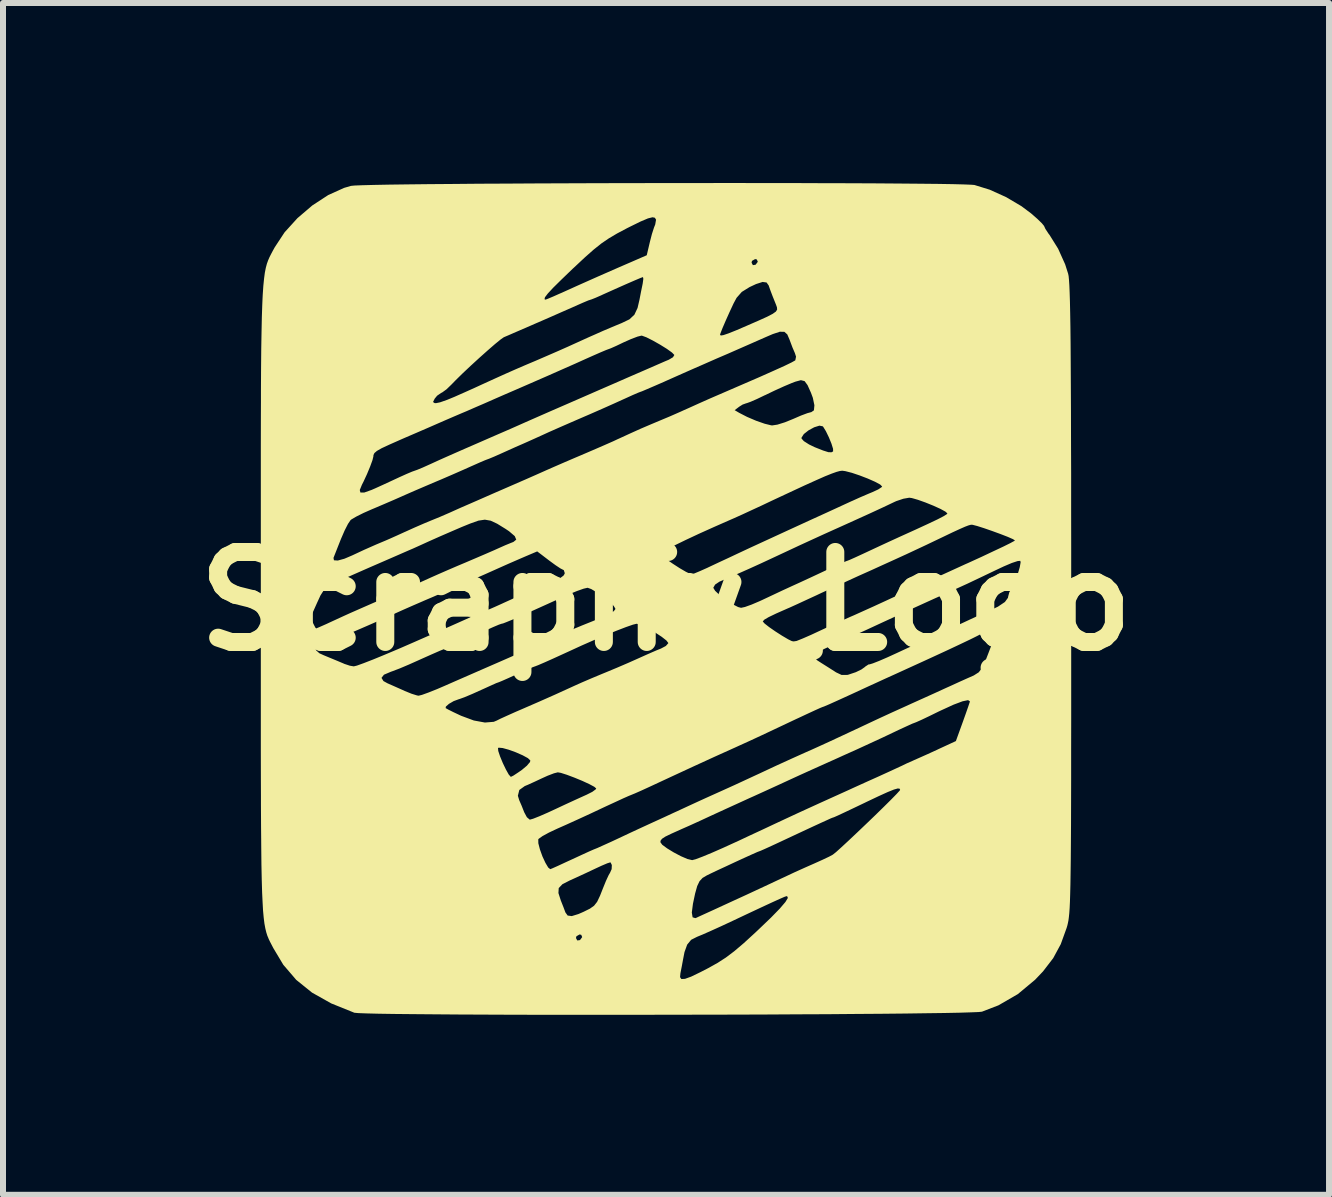
<source format=kicad_pcb>
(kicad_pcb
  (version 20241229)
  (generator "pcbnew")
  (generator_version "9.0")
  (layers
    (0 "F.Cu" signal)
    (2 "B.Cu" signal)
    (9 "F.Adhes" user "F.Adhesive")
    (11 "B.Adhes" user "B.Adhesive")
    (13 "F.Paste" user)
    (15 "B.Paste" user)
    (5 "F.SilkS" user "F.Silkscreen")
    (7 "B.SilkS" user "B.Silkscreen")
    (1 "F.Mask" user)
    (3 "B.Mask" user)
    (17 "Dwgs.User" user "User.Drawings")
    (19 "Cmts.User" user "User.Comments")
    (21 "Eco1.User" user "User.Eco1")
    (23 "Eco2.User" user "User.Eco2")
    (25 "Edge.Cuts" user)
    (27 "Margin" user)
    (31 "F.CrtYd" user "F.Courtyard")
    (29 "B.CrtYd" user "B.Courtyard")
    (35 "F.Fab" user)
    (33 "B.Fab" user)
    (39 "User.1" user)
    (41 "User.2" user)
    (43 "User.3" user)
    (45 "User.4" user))
  (footprint "Scrapify_Logo"
    (layer "F.Cu")
    (at 8.05 6.971)
    (property "Reference" "Scrapify_Logo" (at 0 0 0) (layer "F.SilkS") (effects (font (size 1.5 1.5) (thickness 0.3))))
    (attr board_only exclude_from_pos_files exclude_from_bom)
    (fp_poly (pts (xy 1.592 -6.97) (xy 2.105 -6.97) (xy 2.596 -6.968) (xy 3.059 -6.967) (xy 3.49 -6.965) (xy 3.883 -6.962) (xy 4.233 -6.959) (xy 4.534 -6.956) (xy 4.781 -6.952) (xy 4.968 -6.947) (xy 5.091 -6.942) (xy 5.14 -6.938) (xy 5.396 -6.859) (xy 5.668 -6.736) (xy 5.925 -6.584) (xy 6.085 -6.464) (xy 6.189 -6.373) (xy 6.265 -6.299) (xy 6.3 -6.256) (xy 6.301 -6.254) (xy 6.323 -6.206) (xy 6.375 -6.127) (xy 6.393 -6.104) (xy 6.535 -5.876) (xy 6.652 -5.616) (xy 6.702 -5.459) (xy 6.71 -5.42) (xy 6.716 -5.357) (xy 6.722 -5.267) (xy 6.727 -5.147) (xy 6.732 -4.992) (xy 6.736 -4.8) (xy 6.74 -4.568) (xy 6.743 -4.291) (xy 6.745 -3.967) (xy 6.747 -3.592) (xy 6.749 -3.162) (xy 6.75 -2.675) (xy 6.752 -2.126) (xy 6.752 -1.513) (xy 6.753 -0.832) (xy 6.753 -0.079) (xy 6.753 -0.042) (xy 6.753 0.689) (xy 6.753 1.349) (xy 6.753 1.941) (xy 6.752 2.47) (xy 6.752 2.939) (xy 6.751 3.353) (xy 6.75 3.714) (xy 6.748 4.028) (xy 6.746 4.297) (xy 6.743 4.526) (xy 6.74 4.718) (xy 6.736 4.878) (xy 6.732 5.008) (xy 6.727 5.114) (xy 6.721 5.199) (xy 6.714 5.266) (xy 6.707 5.32) (xy 6.698 5.364) (xy 6.689 5.403) (xy 6.678 5.44) (xy 6.678 5.441) (xy 6.579 5.715) (xy 6.453 5.948) (xy 6.284 6.168) (xy 6.151 6.308) (xy 5.864 6.547) (xy 5.541 6.734) (xy 5.266 6.84) (xy 5.209 6.846) (xy 5.082 6.851) (xy 4.891 6.857) (xy 4.641 6.862) (xy 4.338 6.866) (xy 3.986 6.871) (xy 3.592 6.875) (xy 3.16 6.878) (xy 2.695 6.882) (xy 2.204 6.884) (xy 1.691 6.887) (xy 1.161 6.889) (xy 0.621 6.89) (xy 0.075 6.891) (xy -0.472 6.892) (xy -1.013 6.892) (xy -1.545 6.892) (xy -2.06 6.892) (xy -2.555 6.891) (xy -3.024 6.889) (xy -3.461 6.887) (xy -3.861 6.884) (xy -4.219 6.881) (xy -4.53 6.878) (xy -4.788 6.874) (xy -4.988 6.869) (xy -5.124 6.864) (xy -5.192 6.858) (xy -5.196 6.857) (xy -5.58 6.702) (xy -5.9 6.522) (xy -6.163 6.31) (xy -6.202 6.264) (xy 0.234 6.264) (xy 0.256 6.296) (xy 0.316 6.293) (xy 0.419 6.256) (xy 0.574 6.181) (xy 0.702 6.115) (xy 0.856 6.029) (xy 0.996 5.939) (xy 1.138 5.832) (xy 1.297 5.697) (xy 1.488 5.522) (xy 1.542 5.471) (xy 1.748 5.274) (xy 1.897 5.121) (xy 1.99 5.012) (xy 2.031 4.944) (xy 2.019 4.916) (xy 2.008 4.915) (xy 1.977 4.925) (xy 1.901 4.958) (xy 1.775 5.015) (xy 1.596 5.098) (xy 1.357 5.21) (xy 1.107 5.328) (xy 0.925 5.413) (xy 0.755 5.49) (xy 0.615 5.552) (xy 0.523 5.59) (xy 0.518 5.592) (xy 0.419 5.642) (xy 0.353 5.722) (xy 0.308 5.847) (xy 0.285 5.965) (xy 0.262 6.089) (xy 0.24 6.2) (xy 0.234 6.264) (xy -6.202 6.264) (xy -6.378 6.059) (xy -6.545 5.78) (xy -6.574 5.724) (xy -6.6 5.674) (xy -6.623 5.626) (xy -6.628 5.612) (xy -1.501 5.612) (xy -1.479 5.653) (xy -1.434 5.647) (xy -1.397 5.597) (xy -1.413 5.559) (xy -1.441 5.553) (xy -1.493 5.583) (xy -1.501 5.612) (xy -6.628 5.612) (xy -6.644 5.575) (xy -6.662 5.518) (xy -6.678 5.452) (xy -6.693 5.371) (xy -6.705 5.273) (xy -6.716 5.154) (xy -6.724 5.009) (xy -6.731 4.863) (xy -1.793 4.863) (xy -1.753 4.988) (xy -1.75 4.995) (xy -1.709 5.099) (xy -1.678 5.182) (xy -1.676 5.187) (xy -1.639 5.238) (xy -1.571 5.247) (xy -1.46 5.213) (xy -1.4 5.187) (xy 0.43 5.187) (xy 0.443 5.267) (xy 0.489 5.281) (xy 0.501 5.277) (xy 0.548 5.255) (xy 0.651 5.208) (xy 0.798 5.141) (xy 0.976 5.059) (xy 1.126 4.99) (xy 1.342 4.891) (xy 1.557 4.791) (xy 1.752 4.7) (xy 1.907 4.627) (xy 1.97 4.598) (xy 2.142 4.517) (xy 2.331 4.432) (xy 2.476 4.368) (xy 2.607 4.309) (xy 2.717 4.257) (xy 2.78 4.223) (xy 2.833 4.181) (xy 2.925 4.098) (xy 3.046 3.986) (xy 3.187 3.853) (xy 3.338 3.709) (xy 3.489 3.564) (xy 3.63 3.426) (xy 3.751 3.306) (xy 3.842 3.213) (xy 3.894 3.156) (xy 3.902 3.144) (xy 3.893 3.123) (xy 3.862 3.12) (xy 3.798 3.138) (xy 3.694 3.18) (xy 3.542 3.249) (xy 3.331 3.349) (xy 3.313 3.358) (xy 3.135 3.443) (xy 2.983 3.515) (xy 2.868 3.569) (xy 2.802 3.598) (xy 2.791 3.602) (xy 2.778 3.606) (xy 2.745 3.619) (xy 2.684 3.647) (xy 2.587 3.691) (xy 2.448 3.755) (xy 2.259 3.843) (xy 2.013 3.958) (xy 1.902 4.01) (xy 1.76 4.076) (xy 1.646 4.128) (xy 1.575 4.159) (xy 1.559 4.165) (xy 1.522 4.179) (xy 1.432 4.219) (xy 1.306 4.276) (xy 1.158 4.344) (xy 1.004 4.416) (xy 0.859 4.483) (xy 0.739 4.54) (xy 0.678 4.57) (xy 0.609 4.611) (xy 0.559 4.665) (xy 0.52 4.746) (xy 0.485 4.871) (xy 0.449 5.041) (xy 0.43 5.187) (xy -1.4 5.187) (xy -1.371 5.174) (xy -1.268 5.123) (xy -1.199 5.074) (xy -1.148 5.009) (xy -1.1 4.908) (xy -1.051 4.784) (xy -1.001 4.661) (xy -0.957 4.566) (xy -0.932 4.523) (xy -0.906 4.464) (xy -0.903 4.396) (xy -0.923 4.354) (xy -0.931 4.352) (xy -0.979 4.367) (xy -1.073 4.407) (xy -1.185 4.459) (xy -1.342 4.533) (xy -1.509 4.61) (xy -1.604 4.653) (xy -1.727 4.716) (xy -1.788 4.78) (xy -1.793 4.863) (xy -6.731 4.863) (xy -6.732 4.835) (xy -6.738 4.629) (xy -6.743 4.385) (xy -6.746 4.101) (xy -6.747 3.968) (xy -2.129 3.968) (xy -2.128 4.033) (xy -2.102 4.134) (xy -2.06 4.251) (xy -2.01 4.359) (xy -1.963 4.438) (xy -1.929 4.465) (xy -1.892 4.45) (xy -1.802 4.41) (xy -1.673 4.35) (xy -1.555 4.296) (xy -1.406 4.227) (xy -1.284 4.171) (xy -1.204 4.136) (xy -1.181 4.127) (xy -1.144 4.112) (xy -1.053 4.071) (xy -0.929 4.015) (xy -0.094 4.015) (xy -0.063 4.058) (xy 0.018 4.118) (xy 0.128 4.185) (xy 0.247 4.248) (xy 0.356 4.295) (xy 0.434 4.314) (xy 0.437 4.314) (xy 0.495 4.299) (xy 0.609 4.256) (xy 0.766 4.191) (xy 0.955 4.108) (xy 1.163 4.013) (xy 1.169 4.011) (xy 1.394 3.905) (xy 1.616 3.802) (xy 1.818 3.707) (xy 1.983 3.63) (xy 2.082 3.584) (xy 2.196 3.531) (xy 2.364 3.454) (xy 2.57 3.36) (xy 2.802 3.255) (xy 3.043 3.146) (xy 3.11 3.115) (xy 3.335 3.013) (xy 3.54 2.921) (xy 3.713 2.842) (xy 3.843 2.782) (xy 3.921 2.746) (xy 3.936 2.739) (xy 4.01 2.703) (xy 4.112 2.658) (xy 4.127 2.651) (xy 4.224 2.608) (xy 4.363 2.546) (xy 4.516 2.476) (xy 4.545 2.462) (xy 4.831 2.33) (xy 4.948 2.007) (xy 4.999 1.864) (xy 5.039 1.749) (xy 5.062 1.68) (xy 5.065 1.668) (xy 5.034 1.648) (xy 4.942 1.667) (xy 4.793 1.723) (xy 4.59 1.816) (xy 4.543 1.838) (xy 4.39 1.913) (xy 4.262 1.974) (xy 4.175 2.013) (xy 4.142 2.026) (xy 4.102 2.041) (xy 4.01 2.083) (xy 3.88 2.143) (xy 3.777 2.192) (xy 3.617 2.268) (xy 3.411 2.363) (xy 3.181 2.469) (xy 2.951 2.572) (xy 2.87 2.609) (xy 2.654 2.706) (xy 2.436 2.804) (xy 2.237 2.894) (xy 2.078 2.967) (xy 2.026 2.991) (xy 1.861 3.067) (xy 1.662 3.158) (xy 1.462 3.249) (xy 1.388 3.282) (xy 1.198 3.369) (xy 0.994 3.462) (xy 0.811 3.546) (xy 0.75 3.574) (xy 0.58 3.653) (xy 0.4 3.735) (xy 0.248 3.802) (xy 0.244 3.804) (xy 0.088 3.874) (xy -0.011 3.922) (xy -0.066 3.958) (xy -0.09 3.988) (xy -0.094 4.015) (xy -0.929 4.015) (xy -0.922 4.012) (xy -0.781 3.946) (xy -0.611 3.866) (xy -0.452 3.792) (xy -0.326 3.734) (xy -0.263 3.705) (xy -0.169 3.662) (xy -0.031 3.599) (xy 0.126 3.526) (xy 0.188 3.498) (xy 0.356 3.42) (xy 0.523 3.343) (xy 0.661 3.28) (xy 0.694 3.265) (xy 0.943 3.153) (xy 1.144 3.062) (xy 1.319 2.981) (xy 1.489 2.902) (xy 1.548 2.875) (xy 1.83 2.743) (xy 2.102 2.619) (xy 2.34 2.512) (xy 2.42 2.477) (xy 2.546 2.42) (xy 2.721 2.34) (xy 2.951 2.233) (xy 3.24 2.098) (xy 3.395 2.025) (xy 3.562 1.947) (xy 3.766 1.853) (xy 3.976 1.758) (xy 4.09 1.706) (xy 4.281 1.62) (xy 4.48 1.53) (xy 4.657 1.449) (xy 4.746 1.409) (xy 4.892 1.342) (xy 5.028 1.281) (xy 5.126 1.238) (xy 5.13 1.236) (xy 5.212 1.184) (xy 5.275 1.101) (xy 5.33 0.976) (xy 5.38 0.847) (xy 5.423 0.734) (xy 5.443 0.683) (xy 5.469 0.592) (xy 5.477 0.507) (xy 5.466 0.455) (xy 5.457 0.45) (xy 5.416 0.466) (xy 5.326 0.508) (xy 5.206 0.568) (xy 5.185 0.579) (xy 5.068 0.637) (xy 4.9 0.717) (xy 4.696 0.813) (xy 4.473 0.916) (xy 4.277 1.006) (xy 4.051 1.109) (xy 3.83 1.21) (xy 3.629 1.301) (xy 3.466 1.376) (xy 3.367 1.421) (xy 3.086 1.551) (xy 2.871 1.649) (xy 2.72 1.717) (xy 2.633 1.754) (xy 2.607 1.763) (xy 2.57 1.778) (xy 2.479 1.819) (xy 2.347 1.88) (xy 2.189 1.954) (xy 2.188 1.954) (xy 1.938 2.072) (xy 1.743 2.164) (xy 1.594 2.234) (xy 1.478 2.288) (xy 1.383 2.332) (xy 1.297 2.371) (xy 1.211 2.41) (xy 1.163 2.432) (xy 0.806 2.593) (xy 0.459 2.752) (xy 0.094 2.921) (xy -0.291 3.1) (xy -0.42 3.159) (xy -0.52 3.203) (xy -0.574 3.225) (xy -0.578 3.227) (xy -0.616 3.242) (xy -0.709 3.283) (xy -0.843 3.345) (xy -1.008 3.421) (xy -1.057 3.444) (xy -1.261 3.54) (xy -1.472 3.637) (xy -1.666 3.725) (xy -1.815 3.791) (xy -1.951 3.855) (xy -2.059 3.914) (xy -2.121 3.958) (xy -2.129 3.968) (xy -6.747 3.968) (xy -6.749 3.772) (xy -6.751 3.394) (xy -6.751 3.241) (xy -2.469 3.241) (xy -2.447 3.314) (xy -2.406 3.408) (xy -2.363 3.517) (xy -2.319 3.599) (xy -2.272 3.639) (xy -2.267 3.639) (xy -2.214 3.624) (xy -2.11 3.583) (xy -1.97 3.522) (xy -1.849 3.466) (xy -1.678 3.386) (xy -1.515 3.311) (xy -1.381 3.25) (xy -1.323 3.224) (xy -1.228 3.176) (xy -1.171 3.134) (xy -1.163 3.12) (xy -1.195 3.092) (xy -1.279 3.047) (xy -1.396 2.993) (xy -1.527 2.939) (xy -1.652 2.892) (xy -1.752 2.86) (xy -1.803 2.851) (xy -1.867 2.867) (xy -1.972 2.907) (xy -2.065 2.949) (xy -2.191 3.008) (xy -2.301 3.058) (xy -2.354 3.08) (xy -2.445 3.145) (xy -2.469 3.241) (xy -6.751 3.241) (xy -6.752 2.965) (xy -6.753 2.479) (xy -6.753 2.447) (xy -2.8 2.447) (xy -2.796 2.495) (xy -2.766 2.585) (xy -2.72 2.696) (xy -2.668 2.804) (xy -2.621 2.888) (xy -2.587 2.926) (xy -2.585 2.926) (xy -2.544 2.906) (xy -2.465 2.854) (xy -2.404 2.812) (xy -2.318 2.74) (xy -2.267 2.679) (xy -2.261 2.654) (xy -2.301 2.615) (xy -2.389 2.567) (xy -2.503 2.517) (xy -2.621 2.474) (xy -2.723 2.446) (xy -2.789 2.44) (xy -2.8 2.447) (xy -6.753 2.447) (xy -6.753 1.933) (xy -6.753 1.78) (xy -3.673 1.78) (xy -3.633 1.803) (xy -3.543 1.848) (xy -3.422 1.905) (xy -3.413 1.909) (xy -3.203 1.987) (xy -3.018 2.021) (xy -2.871 2.009) (xy -2.823 1.989) (xy -2.761 1.958) (xy -2.649 1.907) (xy -2.506 1.843) (xy -2.42 1.806) (xy -2.114 1.673) (xy -1.848 1.555) (xy -1.591 1.438) (xy -1.519 1.405) (xy -1.398 1.351) (xy -1.235 1.281) (xy -1.06 1.208) (xy -0.994 1.181) (xy -0.814 1.106) (xy -0.63 1.027) (xy -0.473 0.957) (xy -0.435 0.94) (xy 2.475 0.94) (xy 2.521 0.985) (xy 2.594 1.032) (xy 2.705 1.102) (xy 2.801 1.163) (xy 2.833 1.184) (xy 2.926 1.228) (xy 3.028 1.227) (xy 3.163 1.182) (xy 3.163 1.182) (xy 3.256 1.137) (xy 3.315 1.095) (xy 3.32 1.089) (xy 3.375 1.053) (xy 3.395 1.051) (xy 3.447 1.035) (xy 3.552 0.994) (xy 3.693 0.933) (xy 3.846 0.863) (xy 4.003 0.79) (xy 4.135 0.73) (xy 4.226 0.689) (xy 4.263 0.675) (xy 4.302 0.66) (xy 4.395 0.618) (xy 4.529 0.556) (xy 4.691 0.48) (xy 4.719 0.466) (xy 4.905 0.379) (xy 5.085 0.295) (xy 5.24 0.224) (xy 5.345 0.178) (xy 5.532 0.09) (xy 5.648 0.012) (xy 5.699 -0.058) (xy 5.702 -0.077) (xy 5.722 -0.152) (xy 5.734 -0.171) (xy 5.775 -0.237) (xy 5.821 -0.341) (xy 5.864 -0.459) (xy 5.896 -0.569) (xy 5.91 -0.649) (xy 5.905 -0.674) (xy 5.86 -0.67) (xy 5.763 -0.638) (xy 5.629 -0.581) (xy 5.478 -0.51) (xy 5.267 -0.409) (xy 5.025 -0.294) (xy 4.788 -0.186) (xy 4.673 -0.134) (xy 4.463 -0.04) (xy 4.232 0.065) (xy 4.015 0.164) (xy 3.904 0.216) (xy 3.604 0.354) (xy 3.354 0.47) (xy 3.132 0.571) (xy 2.922 0.666) (xy 2.814 0.714) (xy 2.639 0.793) (xy 2.528 0.852) (xy 2.475 0.898) (xy 2.475 0.94) (xy -0.435 0.94) (xy -0.431 0.938) (xy -0.292 0.876) (xy -0.161 0.819) (xy -0.084 0.788) (xy -0.003 0.745) (xy 0.037 0.7) (xy 0.038 0.695) (xy 0.007 0.654) (xy -0.072 0.592) (xy -0.18 0.521) (xy -0.297 0.454) (xy -0.404 0.402) (xy -0.481 0.376) (xy -0.492 0.375) (xy -0.552 0.39) (xy -0.667 0.43) (xy -0.823 0.49) (xy -1.008 0.565) (xy -1.207 0.65) (xy -1.407 0.738) (xy -1.557 0.807) (xy -1.723 0.883) (xy -1.883 0.956) (xy -2.024 1.019) (xy -2.131 1.065) (xy -2.188 1.087) (xy -2.193 1.088) (xy -2.232 1.103) (xy -2.321 1.142) (xy -2.445 1.198) (xy -2.492 1.219) (xy -2.624 1.279) (xy -2.728 1.325) (xy -2.786 1.349) (xy -2.792 1.351) (xy -2.831 1.365) (xy -2.92 1.405) (xy -3.043 1.461) (xy -3.083 1.479) (xy -3.225 1.543) (xy -3.353 1.597) (xy -3.441 1.629) (xy -3.452 1.632) (xy -3.539 1.664) (xy -3.618 1.71) (xy -3.669 1.755) (xy -3.673 1.78) (xy -6.753 1.78) (xy -6.753 1.323) (xy -6.753 1.277) (xy -4.742 1.277) (xy -4.709 1.33) (xy -4.642 1.367) (xy -4.531 1.416) (xy -4.398 1.475) (xy -4.352 1.496) (xy -4.241 1.541) (xy -4.151 1.569) (xy -4.124 1.574) (xy -4.067 1.56) (xy -3.959 1.521) (xy -3.816 1.464) (xy -3.693 1.411) (xy -3.504 1.328) (xy -3.275 1.228) (xy -3.028 1.12) (xy -2.78 1.012) (xy -2.552 0.912) (xy -2.363 0.831) (xy -2.289 0.799) (xy -2.191 0.755) (xy -2.052 0.692) (xy -1.901 0.623) (xy -1.876 0.611) (xy -1.714 0.537) (xy -1.549 0.465) (xy -1.416 0.41) (xy -1.407 0.406) (xy -1.235 0.337) (xy 1.613 0.337) (xy 1.643 0.371) (xy 1.718 0.43) (xy 1.822 0.502) (xy 1.934 0.574) (xy 2.036 0.634) (xy 2.109 0.67) (xy 2.128 0.675) (xy 2.18 0.66) (xy 2.282 0.619) (xy 2.419 0.559) (xy 2.522 0.511) (xy 2.707 0.425) (xy 2.903 0.335) (xy 3.077 0.257) (xy 3.133 0.233) (xy 3.275 0.169) (xy 3.459 0.086) (xy 3.661 -0.007) (xy 3.827 -0.084) (xy 3.995 -0.163) (xy 4.214 -0.263) (xy 4.464 -0.378) (xy 4.729 -0.499) (xy 4.989 -0.618) (xy 5.037 -0.639) (xy 5.26 -0.741) (xy 5.457 -0.834) (xy 5.621 -0.911) (xy 5.74 -0.97) (xy 5.806 -1.006) (xy 5.815 -1.014) (xy 5.783 -1.035) (xy 5.697 -1.073) (xy 5.576 -1.12) (xy 5.439 -1.17) (xy 5.304 -1.217) (xy 5.188 -1.254) (xy 5.111 -1.274) (xy 5.096 -1.276) (xy 5.071 -1.273) (xy 5.037 -1.263) (xy 4.982 -1.242) (xy 4.898 -1.205) (xy 4.776 -1.149) (xy 4.607 -1.068) (xy 4.381 -0.96) (xy 4.333 -0.937) (xy 4.194 -0.872) (xy 4.006 -0.784) (xy 3.789 -0.685) (xy 3.562 -0.582) (xy 3.433 -0.523) (xy 3.207 -0.422) (xy 2.978 -0.317) (xy 2.766 -0.22) (xy 2.59 -0.139) (xy 2.514 -0.103) (xy 2.349 -0.027) (xy 2.189 0.047) (xy 2.059 0.106) (xy 2.026 0.12) (xy 1.838 0.203) (xy 1.711 0.264) (xy 1.639 0.306) (xy 1.614 0.334) (xy 1.613 0.337) (xy -1.235 0.337) (xy -1.19 0.319) (xy -1.035 0.253) (xy -0.932 0.204) (xy -0.872 0.166) (xy -0.847 0.136) (xy -0.844 0.123) (xy -0.873 0.076) (xy -0.947 0.005) (xy -1.047 -0.075) (xy -1.154 -0.149) (xy -1.247 -0.204) (xy -1.307 -0.225) (xy -1.373 -0.21) (xy -1.486 -0.17) (xy -1.625 -0.113) (xy -1.674 -0.091) (xy -1.982 0.049) (xy -2.228 0.16) (xy -2.419 0.245) (xy -2.559 0.306) (xy -2.656 0.346) (xy -2.715 0.369) (xy -2.742 0.375) (xy -2.786 0.39) (xy -2.883 0.431) (xy -3.018 0.492) (xy -3.159 0.557) (xy -3.329 0.635) (xy -3.487 0.707) (xy -3.614 0.762) (xy -3.677 0.788) (xy -3.771 0.826) (xy -3.908 0.886) (xy -4.065 0.956) (xy -4.127 0.984) (xy -4.286 1.055) (xy -4.437 1.119) (xy -4.555 1.164) (xy -4.586 1.175) (xy -4.701 1.224) (xy -4.742 1.277) (xy -6.753 1.277) (xy -6.753 0.772) (xy -5.847 0.772) (xy -5.83 0.819) (xy -5.78 0.864) (xy -5.776 0.867) (xy -5.706 0.899) (xy -5.605 0.941) (xy -5.59 0.947) (xy -5.474 0.995) (xy -5.37 1.039) (xy -5.365 1.042) (xy -5.269 1.074) (xy -5.204 1.085) (xy -5.151 1.072) (xy -5.04 1.032) (xy -4.883 0.971) (xy -4.693 0.893) (xy -4.48 0.803) (xy -4.435 0.784) (xy -4.192 0.678) (xy -3.944 0.569) (xy -3.711 0.467) (xy -3.51 0.378) (xy -3.369 0.315) (xy -3.218 0.247) (xy -3.094 0.193) (xy -3.013 0.159) (xy -2.988 0.15) (xy -2.948 0.135) (xy -2.858 0.096) (xy -2.734 0.04) (xy -2.695 0.022) (xy -2.521 -0.057) (xy -2.333 -0.139) (xy -2.176 -0.205) (xy -2.128 -0.225) (xy 0.788 -0.225) (xy 0.818 -0.175) (xy 0.894 -0.103) (xy 0.997 -0.024) (xy 1.106 0.047) (xy 1.201 0.096) (xy 1.251 0.109) (xy 1.316 0.095) (xy 1.427 0.055) (xy 1.563 -0.003) (xy 1.598 -0.019) (xy 1.766 -0.098) (xy 1.942 -0.181) (xy 2.088 -0.248) (xy 2.092 -0.25) (xy 2.224 -0.31) (xy 2.395 -0.389) (xy 2.577 -0.474) (xy 2.658 -0.512) (xy 2.805 -0.58) (xy 2.924 -0.634) (xy 3.002 -0.668) (xy 3.023 -0.675) (xy 3.061 -0.69) (xy 3.151 -0.73) (xy 3.279 -0.789) (xy 3.367 -0.83) (xy 3.536 -0.909) (xy 3.704 -0.987) (xy 3.844 -1.051) (xy 3.883 -1.069) (xy 4.159 -1.194) (xy 4.371 -1.292) (xy 4.525 -1.365) (xy 4.625 -1.417) (xy 4.678 -1.45) (xy 4.69 -1.464) (xy 4.657 -1.494) (xy 4.573 -1.54) (xy 4.456 -1.593) (xy 4.325 -1.646) (xy 4.199 -1.691) (xy 4.098 -1.72) (xy 4.054 -1.726) (xy 3.956 -1.709) (xy 3.837 -1.669) (xy 3.806 -1.655) (xy 3.627 -1.57) (xy 3.398 -1.464) (xy 3.138 -1.346) (xy 2.868 -1.224) (xy 2.814 -1.2) (xy 2.63 -1.117) (xy 2.416 -1.019) (xy 2.207 -0.923) (xy 2.139 -0.891) (xy 1.833 -0.748) (xy 1.586 -0.633) (xy 1.388 -0.543) (xy 1.228 -0.472) (xy 1.163 -0.444) (xy 1.038 -0.39) (xy 0.924 -0.341) (xy 0.891 -0.327) (xy 0.818 -0.278) (xy 0.788 -0.225) (xy -2.128 -0.225) (xy -1.979 -0.287) (xy -1.842 -0.347) (xy -1.755 -0.393) (xy -1.708 -0.428) (xy -1.69 -0.458) (xy -1.688 -0.471) (xy -1.704 -0.52) (xy -1.716 -0.525) (xy -1.759 -0.547) (xy -1.842 -0.602) (xy -1.946 -0.678) (xy -2.095 -0.792) (xy -0.094 -0.792) (xy -0.064 -0.756) (xy 0.012 -0.696) (xy 0.116 -0.624) (xy 0.229 -0.551) (xy 0.332 -0.491) (xy 0.406 -0.455) (xy 0.427 -0.45) (xy 0.475 -0.465) (xy 0.571 -0.505) (xy 0.694 -0.56) (xy 0.708 -0.567) (xy 0.876 -0.646) (xy 1.057 -0.73) (xy 1.182 -0.789) (xy 1.404 -0.893) (xy 1.678 -1.019) (xy 2.008 -1.171) (xy 2.4 -1.351) (xy 2.457 -1.377) (xy 2.646 -1.463) (xy 2.829 -1.547) (xy 2.985 -1.619) (xy 3.094 -1.669) (xy 3.095 -1.669) (xy 3.239 -1.734) (xy 3.386 -1.797) (xy 3.442 -1.82) (xy 3.537 -1.864) (xy 3.594 -1.902) (xy 3.602 -1.913) (xy 3.569 -1.946) (xy 3.483 -1.992) (xy 3.363 -2.045) (xy 3.228 -2.097) (xy 3.097 -2.141) (xy 2.988 -2.169) (xy 2.937 -2.176) (xy 2.897 -2.171) (xy 2.841 -2.156) (xy 2.76 -2.127) (xy 2.648 -2.082) (xy 2.499 -2.016) (xy 2.306 -1.929) (xy 2.061 -1.815) (xy 1.759 -1.674) (xy 1.595 -1.596) (xy 1.428 -1.519) (xy 1.266 -1.444) (xy 1.135 -1.385) (xy 1.091 -1.366) (xy 0.809 -1.242) (xy 0.551 -1.126) (xy 0.327 -1.021) (xy 0.142 -0.931) (xy 0.006 -0.86) (xy -0.075 -0.811) (xy -0.094 -0.792) (xy -2.095 -0.792) (xy -2.147 -0.831) (xy -2.34 -0.749) (xy -2.463 -0.696) (xy -2.626 -0.625) (xy -2.801 -0.547) (xy -2.87 -0.516) (xy -3.029 -0.445) (xy -3.175 -0.381) (xy -3.285 -0.333) (xy -3.32 -0.318) (xy -3.425 -0.273) (xy -3.555 -0.217) (xy -3.602 -0.196) (xy -3.721 -0.144) (xy -3.877 -0.076) (xy -4.039 -0.007) (xy -4.052 -0.001) (xy -4.216 0.07) (xy -4.382 0.143) (xy -4.515 0.203) (xy -4.521 0.206) (xy -4.722 0.296) (xy -4.936 0.39) (xy -5.15 0.483) (xy -5.354 0.569) (xy -5.534 0.643) (xy -5.68 0.702) (xy -5.78 0.739) (xy -5.82 0.75) (xy -5.847 0.772) (xy -6.753 0.772) (xy -6.753 0.646) (xy -6.753 0.426) (xy -5.987 0.426) (xy -5.96 0.479) (xy -5.928 0.488) (xy -5.88 0.473) (xy -5.783 0.433) (xy -5.656 0.377) (xy -5.62 0.36) (xy -5.494 0.302) (xy -5.379 0.249) (xy -5.262 0.196) (xy -5.128 0.137) (xy -4.964 0.065) (xy -4.756 -0.026) (xy -4.558 -0.112) (xy -4.369 -0.195) (xy -4.186 -0.276) (xy -4.029 -0.346) (xy -3.921 -0.395) (xy -3.921 -0.395) (xy -3.804 -0.447) (xy -3.644 -0.517) (xy -3.465 -0.594) (xy -3.36 -0.638) (xy -3.182 -0.714) (xy -3.007 -0.789) (xy -2.86 -0.853) (xy -2.798 -0.881) (xy -2.679 -0.934) (xy -2.581 -0.974) (xy -2.543 -0.989) (xy -2.496 -1.027) (xy -2.521 -1.086) (xy -2.617 -1.168) (xy -2.677 -1.208) (xy -2.815 -1.293) (xy -2.922 -1.343) (xy -3.019 -1.36) (xy -3.126 -1.344) (xy -3.264 -1.295) (xy -3.409 -1.236) (xy -3.585 -1.16) (xy -3.758 -1.085) (xy -3.902 -1.021) (xy -3.958 -0.996) (xy -4.094 -0.934) (xy -4.225 -0.875) (xy -4.277 -0.853) (xy -4.499 -0.756) (xy -4.731 -0.655) (xy -4.959 -0.556) (xy -5.17 -0.463) (xy -5.349 -0.384) (xy -5.484 -0.324) (xy -5.545 -0.297) (xy -5.636 -0.248) (xy -5.701 -0.188) (xy -5.759 -0.097) (xy -5.817 0.029) (xy -5.877 0.163) (xy -5.931 0.277) (xy -5.966 0.347) (xy -5.967 0.349) (xy -5.987 0.426) (xy -6.753 0.426) (xy -6.753 -0.032) (xy -6.753 -0.722) (xy -5.542 -0.722) (xy -5.534 -0.683) (xy -5.47 -0.679) (xy -5.36 -0.709) (xy -5.231 -0.764) (xy -5.032 -0.857) (xy -4.833 -0.945) (xy -4.671 -1.013) (xy -4.6 -1.044) (xy -4.486 -1.095) (xy -4.352 -1.156) (xy -4.349 -1.157) (xy -4.192 -1.228) (xy -4.031 -1.298) (xy -3.918 -1.345) (xy -3.773 -1.404) (xy -3.609 -1.475) (xy -3.527 -1.512) (xy -3.42 -1.56) (xy -3.261 -1.629) (xy -3.069 -1.713) (xy -2.862 -1.804) (xy -2.758 -1.849) (xy -2.549 -1.94) (xy -2.347 -2.028) (xy -2.17 -2.106) (xy -2.035 -2.166) (xy -1.988 -2.187) (xy -1.863 -2.242) (xy -1.695 -2.315) (xy -1.511 -2.394) (xy -1.407 -2.438) (xy -1.223 -2.517) (xy -1.036 -2.598) (xy -0.875 -2.669) (xy -0.807 -2.701) (xy -0.78 -2.713) (xy 2.258 -2.713) (xy 2.297 -2.669) (xy 2.385 -2.613) (xy 2.476 -2.569) (xy 2.617 -2.513) (xy 2.706 -2.485) (xy 2.758 -2.483) (xy 2.785 -2.498) (xy 2.784 -2.541) (xy 2.757 -2.628) (xy 2.714 -2.733) (xy 2.665 -2.834) (xy 2.621 -2.906) (xy 2.612 -2.916) (xy 2.557 -2.927) (xy 2.47 -2.9) (xy 2.376 -2.849) (xy 2.297 -2.787) (xy 2.259 -2.728) (xy 2.258 -2.713) (xy -0.78 -2.713) (xy -0.595 -2.798) (xy -0.422 -2.876) (xy -0.256 -2.947) (xy -0.094 -3.015) (xy 0.066 -3.082) (xy 0.248 -3.162) (xy 0.298 -3.185) (xy 1.144 -3.185) (xy 1.219 -3.141) (xy 1.351 -3.073) (xy 1.501 -3.009) (xy 1.644 -2.959) (xy 1.754 -2.932) (xy 1.772 -2.931) (xy 1.857 -2.944) (xy 1.982 -2.983) (xy 2.12 -3.039) (xy 2.12 -3.039) (xy 2.249 -3.095) (xy 2.356 -3.135) (xy 2.419 -3.152) (xy 2.421 -3.152) (xy 2.465 -3.182) (xy 2.473 -3.267) (xy 2.447 -3.391) (xy 2.416 -3.475) (xy 2.359 -3.602) (xy 2.31 -3.669) (xy 2.248 -3.685) (xy 2.156 -3.66) (xy 2.098 -3.638) (xy 1.97 -3.584) (xy 1.809 -3.511) (xy 1.651 -3.435) (xy 1.647 -3.434) (xy 1.516 -3.371) (xy 1.408 -3.324) (xy 1.344 -3.301) (xy 1.337 -3.3) (xy 1.276 -3.278) (xy 1.219 -3.242) (xy 1.144 -3.185) (xy 0.298 -3.185) (xy 0.375 -3.219) (xy 0.543 -3.295) (xy 0.734 -3.38) (xy 0.882 -3.444) (xy 1.254 -3.605) (xy 1.559 -3.737) (xy 1.799 -3.844) (xy 1.976 -3.924) (xy 2.092 -3.98) (xy 2.149 -4.012) (xy 2.155 -4.016) (xy 2.167 -4.077) (xy 2.148 -4.136) (xy 2.108 -4.229) (xy 2.064 -4.346) (xy 2.058 -4.362) (xy 2.021 -4.448) (xy 1.972 -4.491) (xy 1.896 -4.492) (xy 1.779 -4.453) (xy 1.683 -4.412) (xy 1.569 -4.362) (xy 1.408 -4.291) (xy 1.221 -4.209) (xy 1.032 -4.126) (xy 0.85 -4.048) (xy 0.709 -3.986) (xy 0.591 -3.934) (xy 0.476 -3.884) (xy 0.349 -3.828) (xy 0.189 -3.757) (xy -0.02 -3.664) (xy -0.028 -3.66) (xy -0.184 -3.592) (xy -0.312 -3.537) (xy -0.399 -3.5) (xy -0.43 -3.489) (xy -0.469 -3.474) (xy -0.559 -3.435) (xy -0.682 -3.379) (xy -0.72 -3.362) (xy -0.872 -3.293) (xy -1.065 -3.207) (xy -1.27 -3.117) (xy -1.407 -3.058) (xy -1.596 -2.976) (xy -1.786 -2.893) (xy -1.951 -2.82) (xy -2.045 -2.777) (xy -2.186 -2.713) (xy -2.322 -2.652) (xy -2.401 -2.617) (xy -2.509 -2.57) (xy -2.649 -2.507) (xy -2.749 -2.462) (xy -2.864 -2.411) (xy -2.948 -2.376) (xy -2.981 -2.364) (xy -3.02 -2.349) (xy -3.109 -2.311) (xy -3.228 -2.258) (xy -3.233 -2.256) (xy -3.374 -2.193) (xy -3.554 -2.114) (xy -3.746 -2.031) (xy -3.846 -1.989) (xy -4.024 -1.913) (xy -4.199 -1.838) (xy -4.345 -1.774) (xy -4.408 -1.746) (xy -4.535 -1.69) (xy -4.7 -1.619) (xy -4.869 -1.547) (xy -4.896 -1.536) (xy -5.041 -1.472) (xy -5.163 -1.411) (xy -5.243 -1.364) (xy -5.257 -1.353) (xy -5.3 -1.29) (xy -5.356 -1.18) (xy -5.415 -1.044) (xy -5.42 -1.032) (xy -5.473 -0.898) (xy -5.516 -0.789) (xy -5.541 -0.726) (xy -5.542 -0.722) (xy -6.753 -0.722) (xy -6.753 -0.776) (xy -6.753 -1.45) (xy -6.753 -1.854) (xy -5.104 -1.854) (xy -5.093 -1.812) (xy -5.03 -1.812) (xy -4.909 -1.855) (xy -4.849 -1.881) (xy -4.715 -1.942) (xy -4.555 -2.016) (xy -4.441 -2.069) (xy -4.321 -2.123) (xy -4.231 -2.161) (xy -4.188 -2.176) (xy -4.146 -2.191) (xy -4.054 -2.229) (xy -3.932 -2.284) (xy -3.912 -2.293) (xy -3.801 -2.344) (xy -3.678 -2.399) (xy -3.531 -2.464) (xy -3.351 -2.543) (xy -3.128 -2.64) (xy -2.851 -2.761) (xy -2.701 -2.826) (xy -2.595 -2.872) (xy -2.455 -2.934) (xy -2.345 -2.983) (xy -2.245 -3.027) (xy -2.088 -3.096) (xy -1.885 -3.185) (xy -1.648 -3.288) (xy -1.389 -3.401) (xy -1.119 -3.519) (xy -0.85 -3.636) (xy -0.594 -3.748) (xy -0.361 -3.849) (xy -0.164 -3.935) (xy -0.015 -4) (xy 0.047 -4.026) (xy 0.116 -4.067) (xy 0.139 -4.105) (xy 0.139 -4.105) (xy 0.1 -4.145) (xy 0.014 -4.207) (xy -0.099 -4.277) (xy -0.219 -4.345) (xy -0.326 -4.399) (xy -0.399 -4.426) (xy -0.41 -4.427) (xy -0.475 -4.411) (xy -0.583 -4.37) (xy -0.707 -4.315) (xy -0.826 -4.258) (xy -0.916 -4.218) (xy -0.958 -4.202) (xy -0.959 -4.202) (xy -0.999 -4.187) (xy -1.092 -4.148) (xy -1.224 -4.09) (xy -1.343 -4.037) (xy -1.509 -3.962) (xy -1.722 -3.868) (xy -1.957 -3.764) (xy -2.193 -3.661) (xy -2.289 -3.619) (xy -2.496 -3.529) (xy -2.693 -3.444) (xy -2.862 -3.37) (xy -2.989 -3.314) (xy -3.039 -3.292) (xy -3.167 -3.237) (xy -3.286 -3.185) (xy -3.32 -3.17) (xy -3.406 -3.134) (xy -3.537 -3.078) (xy -3.69 -3.012) (xy -3.752 -2.985) (xy -3.937 -2.904) (xy -4.154 -2.81) (xy -4.363 -2.72) (xy -4.427 -2.692) (xy -4.612 -2.61) (xy -4.739 -2.551) (xy -4.818 -2.506) (xy -4.86 -2.47) (xy -4.876 -2.436) (xy -4.877 -2.415) (xy -4.892 -2.353) (xy -4.931 -2.246) (xy -4.984 -2.118) (xy -5.042 -1.993) (xy -5.068 -1.942) (xy -5.104 -1.854) (xy -6.753 -1.854) (xy -6.753 -2.055) (xy -6.753 -2.598) (xy -6.752 -3.081) (xy -6.751 -3.321) (xy -3.883 -3.321) (xy -3.857 -3.303) (xy -3.832 -3.302) (xy -3.765 -3.316) (xy -3.653 -3.355) (xy -3.519 -3.41) (xy -3.504 -3.417) (xy -3.348 -3.486) (xy -3.192 -3.556) (xy -3.077 -3.609) (xy -2.849 -3.713) (xy -2.665 -3.796) (xy -2.502 -3.868) (xy -2.335 -3.94) (xy -2.176 -4.007) (xy -1.991 -4.087) (xy -1.8 -4.17) (xy -1.633 -4.244) (xy -1.576 -4.27) (xy -1.283 -4.403) (xy -1.192 -4.443) (xy 0.9 -4.443) (xy 0.913 -4.429) (xy 0.957 -4.436) (xy 1.042 -4.465) (xy 1.177 -4.519) (xy 1.337 -4.588) (xy 1.541 -4.677) (xy 1.685 -4.742) (xy 1.779 -4.791) (xy 1.832 -4.829) (xy 1.852 -4.862) (xy 1.849 -4.899) (xy 1.833 -4.944) (xy 1.777 -5.083) (xy 1.742 -5.175) (xy 1.719 -5.24) (xy 1.712 -5.262) (xy 1.676 -5.313) (xy 1.61 -5.322) (xy 1.501 -5.287) (xy 1.392 -5.236) (xy 1.263 -5.156) (xy 1.176 -5.057) (xy 1.126 -4.964) (xy 1.058 -4.818) (xy 0.994 -4.675) (xy 0.942 -4.554) (xy 0.909 -4.47) (xy 0.9 -4.443) (xy -1.192 -4.443) (xy -1.046 -4.508) (xy -0.852 -4.59) (xy -0.738 -4.637) (xy -0.609 -4.699) (xy -0.527 -4.776) (xy -0.474 -4.889) (xy -0.442 -5.027) (xy -0.417 -5.157) (xy -0.393 -5.273) (xy -0.388 -5.299) (xy -0.378 -5.374) (xy -0.384 -5.403) (xy -0.426 -5.388) (xy -0.525 -5.346) (xy -0.67 -5.283) (xy -0.85 -5.203) (xy -1.053 -5.112) (xy -1.078 -5.1) (xy -1.176 -5.057) (xy -1.242 -5.031) (xy -1.255 -5.027) (xy -1.297 -5.013) (xy -1.385 -4.976) (xy -1.471 -4.938) (xy -1.581 -4.889) (xy -1.739 -4.82) (xy -1.927 -4.737) (xy -2.124 -4.651) (xy -2.157 -4.637) (xy -2.338 -4.558) (xy -2.498 -4.489) (xy -2.622 -4.435) (xy -2.697 -4.403) (xy -2.707 -4.398) (xy -2.758 -4.362) (xy -2.851 -4.286) (xy -2.973 -4.18) (xy -3.112 -4.056) (xy -3.255 -3.925) (xy -3.39 -3.798) (xy -3.504 -3.686) (xy -3.576 -3.612) (xy -3.659 -3.532) (xy -3.731 -3.48) (xy -3.748 -3.472) (xy -3.815 -3.426) (xy -3.855 -3.377) (xy -3.883 -3.321) (xy -6.751 -3.321) (xy -6.751 -3.508) (xy -6.749 -3.883) (xy -6.746 -4.21) (xy -6.741 -4.492) (xy -6.736 -4.735) (xy -6.729 -4.941) (xy -6.725 -5.034) (xy -2.025 -5.034) (xy -2.008 -5.027) (xy -1.968 -5.042) (xy -1.878 -5.08) (xy -1.759 -5.133) (xy -1.755 -5.134) (xy -1.465 -5.265) (xy -1.137 -5.411) (xy -0.8 -5.559) (xy -0.62 -5.637) (xy -0.606 -5.643) (xy 1.426 -5.643) (xy 1.448 -5.602) (xy 1.493 -5.609) (xy 1.53 -5.658) (xy 1.513 -5.697) (xy 1.485 -5.703) (xy 1.433 -5.673) (xy 1.426 -5.643) (xy -0.606 -5.643) (xy -0.321 -5.767) (xy -0.269 -5.988) (xy -0.235 -6.12) (xy -0.2 -6.229) (xy -0.18 -6.279) (xy -0.166 -6.36) (xy -0.186 -6.392) (xy -0.225 -6.4) (xy -0.301 -6.381) (xy -0.424 -6.329) (xy -0.601 -6.242) (xy -0.649 -6.218) (xy -0.815 -6.13) (xy -0.952 -6.049) (xy -1.078 -5.963) (xy -1.208 -5.859) (xy -1.358 -5.726) (xy -1.544 -5.552) (xy -1.548 -5.549) (xy -1.739 -5.365) (xy -1.879 -5.227) (xy -1.97 -5.129) (xy -2.018 -5.066) (xy -2.025 -5.034) (xy -6.725 -5.034) (xy -6.721 -5.114) (xy -6.711 -5.258) (xy -6.699 -5.378) (xy -6.686 -5.476) (xy -6.67 -5.557) (xy -6.652 -5.625) (xy -6.631 -5.683) (xy -6.608 -5.736) (xy -6.582 -5.787) (xy -6.554 -5.84) (xy -6.522 -5.898) (xy -6.521 -5.9) (xy -6.357 -6.149) (xy -6.143 -6.385) (xy -5.895 -6.597) (xy -5.63 -6.77) (xy -5.364 -6.89) (xy -5.251 -6.923) (xy -5.19 -6.929) (xy -5.06 -6.934) (xy -4.866 -6.939) (xy -4.612 -6.944) (xy -4.305 -6.948) (xy -3.95 -6.952) (xy -3.552 -6.955) (xy -3.117 -6.959) (xy -2.65 -6.961) (xy -2.157 -6.964) (xy -1.642 -6.966) (xy -1.111 -6.968) (xy -0.57 -6.969) (xy -0.023 -6.97) (xy 0.523 -6.97) (xy 1.063 -6.971)) (stroke (width 0) (type solid)) (fill yes) (layer "F.SilkS")))
  (gr_rect
    (start -3 -3)
    (end 19.1 16.863)
    (stroke (width 0.1) (type default))
    (fill no)
    (layer "Edge.Cuts")))
</source>
